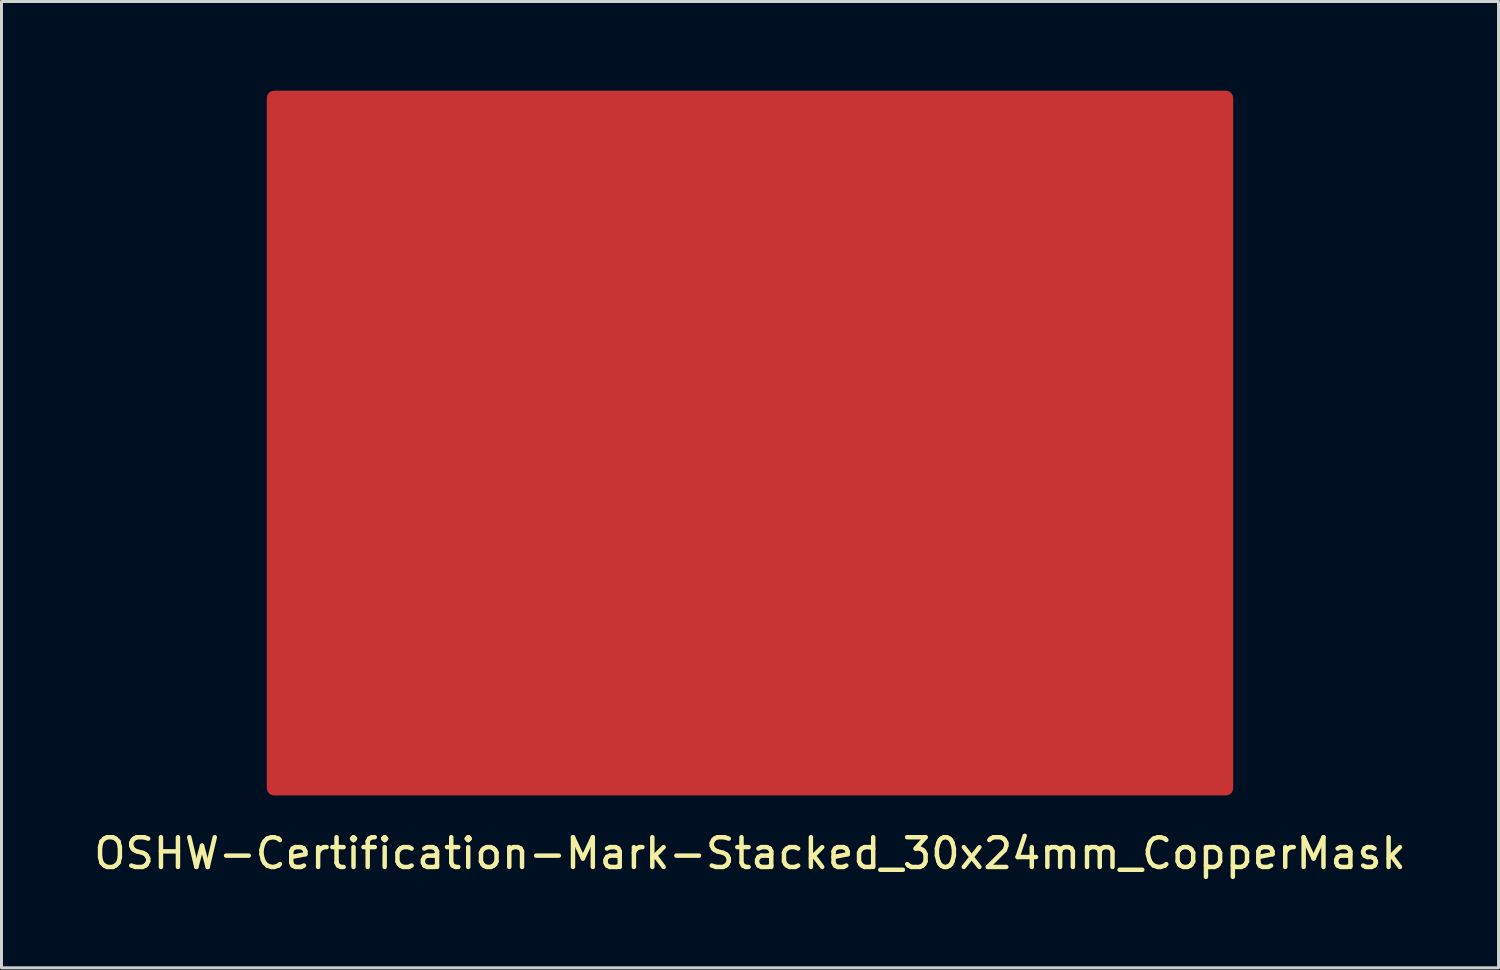
<source format=kicad_pcb>
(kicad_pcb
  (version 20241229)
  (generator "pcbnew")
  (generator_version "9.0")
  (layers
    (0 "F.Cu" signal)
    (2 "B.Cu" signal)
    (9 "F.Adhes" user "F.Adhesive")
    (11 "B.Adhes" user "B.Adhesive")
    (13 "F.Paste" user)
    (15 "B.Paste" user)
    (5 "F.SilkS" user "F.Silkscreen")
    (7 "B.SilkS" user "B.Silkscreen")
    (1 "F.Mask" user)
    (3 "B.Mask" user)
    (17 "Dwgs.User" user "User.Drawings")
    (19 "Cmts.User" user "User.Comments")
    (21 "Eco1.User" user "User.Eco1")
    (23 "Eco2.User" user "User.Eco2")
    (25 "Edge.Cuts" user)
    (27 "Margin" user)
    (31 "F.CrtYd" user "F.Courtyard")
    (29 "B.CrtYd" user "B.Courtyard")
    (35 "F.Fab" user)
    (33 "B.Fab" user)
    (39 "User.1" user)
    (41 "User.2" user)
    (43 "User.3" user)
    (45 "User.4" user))
  (footprint "OSHW-Certification-Mark-Stacked_30x24mm_CopperMask"
    (layer "F.Cu")
    (at 22.172 11.85)
    (property "Reference" "OSHW-Certification-Mark-Stacked_30x24mm_CopperMask" (at 0.000231 13.8 0) (unlocked yes) (layer "F.SilkS") (effects (font (size 1 1) (thickness 0.15))))
    (attr board_only exclude_from_pos_files exclude_from_bom allow_missing_courtyard)
    (fp_rect (start -16 -11.6) (end 16 11.6) (stroke (width 0.5) (type solid)) (fill yes) (layer "F.Cu"))
    (fp_poly (pts (xy -7.177 -1.894) (xy -7.177 -1.894) (xy -7.177 -1.894)) (stroke (width 0) (type solid)) (fill yes) (layer "F.Mask"))
    (fp_poly (pts (xy -1.63 -5.32) (xy -1.63 -5.32) (xy -1.63 -5.32)) (stroke (width 0) (type solid)) (fill yes) (layer "F.Mask"))
    (fp_poly (pts (xy 15.477 5.092) (xy -15.477 5.092) (xy -15.477 -9.186) (xy -15.477 -9.186) (xy 9.977 -9.186) (xy 9.977 -7.927) (xy -14.219 -7.927) (xy -14.219 3.833) (xy 14.219 3.833) (xy 14.246 -9.186) (xy 15.477 -9.186)) (stroke (width 0) (type solid)) (fill yes) (layer "F.Mask"))
    (fp_poly (pts (xy 1.122 -2.562) (xy 3.841 -2.562) (xy 3.841 -5.571) (xy 4.839 -5.571) (xy 4.839 1.769) (xy 3.841 1.769) (xy 3.841 -1.727) (xy 1.122 -1.727) (xy 1.122 1.769) (xy 0.124 1.769) (xy 0.124 -5.571) (xy 1.122 -5.571)) (stroke (width 0) (type solid)) (fill yes) (layer "F.Mask"))
    (fp_poly (pts (xy 10.475 1.769) (xy 9.536 1.769) (xy 8.537 -2.592) (xy 7.544 1.769) (xy 6.605 1.769) (xy 5.509 -5.571) (xy 6.477 -5.571) (xy 7.18 0.388) (xy 8.016 -3.556) (xy 9.054 -3.556) (xy 9.899 0.397) (xy 12.281 -11.026) (xy 13.249 -11.026)) (stroke (width 0) (type solid)) (fill yes) (layer "F.Mask"))
    (fp_poly (pts (xy -9.483 -5.701) (xy -9.335 -5.69) (xy -9.192 -5.671) (xy -9.054 -5.645) (xy -8.921 -5.612) (xy -8.793 -5.572) (xy -8.67 -5.524) (xy -8.552 -5.468) (xy -8.439 -5.406) (xy -8.331 -5.336) (xy -8.227 -5.258) (xy -8.129 -5.173) (xy -8.036 -5.081) (xy -7.948 -4.982) (xy -7.865 -4.875) (xy -7.787 -4.76) (xy -7.713 -4.639) (xy -7.644 -4.509) (xy -7.58 -4.372) (xy -7.52 -4.227) (xy -7.466 -4.075) (xy -7.416 -3.915) (xy -7.37 -3.747) (xy -7.33 -3.572) (xy -7.294 -3.389) (xy -7.263 -3.198) (xy -7.237 -3) (xy -7.216 -2.794) (xy -7.199 -2.581) (xy -7.187 -2.359) (xy -7.18 -2.131) (xy -7.177 -1.894) (xy -7.18 -1.658) (xy -7.187 -1.43) (xy -7.199 -1.209) (xy -7.216 -0.996) (xy -7.237 -0.791) (xy -7.263 -0.593) (xy -7.294 -0.403) (xy -7.33 -0.22) (xy -7.37 -0.045) (xy -7.416 0.123) (xy -7.466 0.282) (xy -7.52 0.435) (xy -7.58 0.579) (xy -7.644 0.716) (xy -7.713 0.846) (xy -7.787 0.967) (xy -7.826 1.026) (xy -7.865 1.082) (xy -7.906 1.136) (xy -7.948 1.189) (xy -7.992 1.239) (xy -8.036 1.288) (xy -8.082 1.335) (xy -8.129 1.38) (xy -8.178 1.424) (xy -8.227 1.465) (xy -8.278 1.505) (xy -8.331 1.543) (xy -8.384 1.579) (xy -8.439 1.613) (xy -8.494 1.645) (xy -8.552 1.675) (xy -8.61 1.704) (xy -8.67 1.731) (xy -8.731 1.756) (xy -8.793 1.779) (xy -8.856 1.8) (xy -8.921 1.819) (xy -8.987 1.837) (xy -9.054 1.852) (xy -9.122 1.866) (xy -9.192 1.878) (xy -9.335 1.897) (xy -9.483 1.908) (xy -9.636 1.911) (xy -9.789 1.908) (xy -9.937 1.897) (xy -10.08 1.878) (xy -10.218 1.853) (xy -10.351 1.82) (xy -10.479 1.779) (xy -10.602 1.732) (xy -10.72 1.677) (xy -10.833 1.614) (xy -10.941 1.545) (xy -11.044 1.468) (xy -11.142 1.383) (xy -11.235 1.292) (xy -11.323 1.192) (xy -11.406 1.086) (xy -11.484 0.972) (xy -11.558 0.851) (xy -11.626 0.722) (xy -11.69 0.585) (xy -11.749 0.441) (xy -11.803 0.289) (xy -11.853 0.129) (xy -11.898 -0.038) (xy -11.938 -0.214) (xy -11.973 -0.397) (xy -12.004 -0.588) (xy -12.03 -0.786) (xy -12.051 -0.992) (xy -12.068 -1.206) (xy -12.08 -1.428) (xy -12.087 -1.657) (xy -12.089 -1.894) (xy -11.052 -1.894) (xy -11.047 -1.505) (xy -11.031 -1.145) (xy -11.005 -0.814) (xy -10.969 -0.511) (xy -10.948 -0.371) (xy -10.923 -0.237) (xy -10.896 -0.111) (xy -10.866 0.008) (xy -10.834 0.12) (xy -10.8 0.224) (xy -10.762 0.322) (xy -10.722 0.412) (xy -10.679 0.496) (xy -10.656 0.536) (xy -10.632 0.574) (xy -10.608 0.612) (xy -10.582 0.647) (xy -10.556 0.682) (xy -10.529 0.715) (xy -10.501 0.747) (xy -10.473 0.777) (xy -10.443 0.807) (xy -10.413 0.834) (xy -10.382 0.861) (xy -10.35 0.886) (xy -10.317 0.909) (xy -10.284 0.932) (xy -10.249 0.953) (xy -10.214 0.972) (xy -10.178 0.991) (xy -10.141 1.008) (xy -10.104 1.023) (xy -10.065 1.037) (xy -10.026 1.05) (xy -9.986 1.062) (xy -9.945 1.072) (xy -9.903 1.081) (xy -9.861 1.088) (xy -9.817 1.094) (xy -9.773 1.099) (xy -9.728 1.102) (xy -9.636 1.105) (xy -9.543 1.102) (xy -9.453 1.094) (xy -9.367 1.081) (xy -9.284 1.062) (xy -9.204 1.038) (xy -9.128 1.008) (xy -9.055 0.973) (xy -8.986 0.933) (xy -8.919 0.887) (xy -8.856 0.836) (xy -8.797 0.78) (xy -8.741 0.718) (xy -8.688 0.651) (xy -8.638 0.578) (xy -8.592 0.5) (xy -8.549 0.417) (xy -8.509 0.327) (xy -8.471 0.229) (xy -8.436 0.124) (xy -8.403 0.012) (xy -8.373 -0.107) (xy -8.345 -0.233) (xy -8.321 -0.367) (xy -8.298 -0.508) (xy -8.279 -0.656) (xy -8.262 -0.811) (xy -8.248 -0.973) (xy -8.236 -1.143) (xy -8.227 -1.32) (xy -8.22 -1.504) (xy -8.216 -1.696) (xy -8.215 -1.894) (xy -8.22 -2.284) (xy -8.236 -2.645) (xy -8.262 -2.977) (xy -8.298 -3.28) (xy -8.321 -3.421) (xy -8.345 -3.555) (xy -8.373 -3.681) (xy -8.403 -3.8) (xy -8.436 -3.912) (xy -8.471 -4.017) (xy -8.509 -4.115) (xy -8.549 -4.205) (xy -8.592 -4.289) (xy -8.615 -4.329) (xy -8.638 -4.367) (xy -8.663 -4.405) (xy -8.688 -4.44) (xy -8.714 -4.475) (xy -8.741 -4.508) (xy -8.768 -4.54) (xy -8.797 -4.57) (xy -8.826 -4.6) (xy -8.856 -4.627) (xy -8.887 -4.654) (xy -8.919 -4.679) (xy -8.952 -4.702) (xy -8.986 -4.725) (xy -9.02 -4.746) (xy -9.055 -4.765) (xy -9.091 -4.784) (xy -9.128 -4.801) (xy -9.166 -4.816) (xy -9.204 -4.83) (xy -9.244 -4.843) (xy -9.284 -4.855) (xy -9.325 -4.865) (xy -9.367 -4.874) (xy -9.41 -4.881) (xy -9.453 -4.887) (xy -9.498 -4.892) (xy -9.543 -4.895) (xy -9.636 -4.898) (xy -9.728 -4.895) (xy -9.817 -4.887) (xy -9.903 -4.874) (xy -9.986 -4.855) (xy -10.065 -4.83) (xy -10.141 -4.801) (xy -10.214 -4.765) (xy -10.284 -4.725) (xy -10.35 -4.679) (xy -10.413 -4.627) (xy -10.473 -4.57) (xy -10.529 -4.508) (xy -10.582 -4.44) (xy -10.632 -4.367) (xy -10.679 -4.289) (xy -10.722 -4.205) (xy -10.762 -4.115) (xy -10.8 -4.017) (xy -10.834 -3.912) (xy -10.866 -3.801) (xy -10.896 -3.681) (xy -10.923 -3.555) (xy -10.948 -3.421) (xy -10.969 -3.281) (xy -10.989 -3.133) (xy -11.005 -2.977) (xy -11.02 -2.815) (xy -11.031 -2.645) (xy -11.04 -2.468) (xy -11.047 -2.284) (xy -11.05 -2.093) (xy -11.052 -1.894) (xy -12.089 -1.894) (xy -12.089 -1.894) (xy -12.087 -2.131) (xy -12.08 -2.359) (xy -12.068 -2.581) (xy -12.051 -2.794) (xy -12.03 -3) (xy -12.004 -3.198) (xy -11.973 -3.389) (xy -11.938 -3.572) (xy -11.898 -3.747) (xy -11.853 -3.915) (xy -11.803 -4.075) (xy -11.749 -4.227) (xy -11.69 -4.372) (xy -11.626 -4.509) (xy -11.558 -4.639) (xy -11.484 -4.76) (xy -11.446 -4.819) (xy -11.406 -4.875) (xy -11.365 -4.929) (xy -11.322 -4.982) (xy -11.279 -5.032) (xy -11.234 -5.081) (xy -11.188 -5.128) (xy -11.14 -5.173) (xy -11.092 -5.217) (xy -11.042 -5.258) (xy -10.991 -5.298) (xy -10.939 -5.336) (xy -10.885 -5.372) (xy -10.831 -5.406) (xy -10.775 -5.438) (xy -10.717 -5.468) (xy -10.659 -5.497) (xy -10.599 -5.524) (xy -10.539 -5.549) (xy -10.477 -5.572) (xy -10.413 -5.593) (xy -10.349 -5.612) (xy -10.283 -5.63) (xy -10.216 -5.645) (xy -10.078 -5.671) (xy -9.936 -5.69) (xy -9.788 -5.701) (xy -9.636 -5.704)) (stroke (width 0) (type solid)) (fill yes) (layer "F.Mask"))
    (fp_poly (pts (xy -3.397 -5.702) (xy -3.289 -5.697) (xy -3.18 -5.689) (xy -3.069 -5.679) (xy -2.957 -5.665) (xy -2.844 -5.648) (xy -2.729 -5.628) (xy -2.613 -5.605) (xy -2.496 -5.58) (xy -2.377 -5.552) (xy -2.256 -5.521) (xy -2.134 -5.487) (xy -2.01 -5.45) (xy -1.885 -5.409) (xy -1.758 -5.366) (xy -1.63 -5.32) (xy -1.63 -4.312) (xy -1.743 -4.382) (xy -1.856 -4.448) (xy -1.97 -4.509) (xy -2.084 -4.566) (xy -2.197 -4.619) (xy -2.311 -4.667) (xy -2.425 -4.71) (xy -2.54 -4.749) (xy -2.653 -4.784) (xy -2.766 -4.814) (xy -2.88 -4.839) (xy -2.994 -4.86) (xy -3.109 -4.876) (xy -3.224 -4.888) (xy -3.339 -4.895) (xy -3.454 -4.897) (xy -3.541 -4.896) (xy -3.625 -4.892) (xy -3.707 -4.885) (xy -3.787 -4.876) (xy -3.865 -4.865) (xy -3.94 -4.851) (xy -4.013 -4.834) (xy -4.083 -4.814) (xy -4.152 -4.793) (xy -4.218 -4.768) (xy -4.281 -4.741) (xy -4.343 -4.712) (xy -4.402 -4.679) (xy -4.459 -4.645) (xy -4.513 -4.607) (xy -4.565 -4.567) (xy -4.615 -4.526) (xy -4.661 -4.483) (xy -4.704 -4.438) (xy -4.744 -4.391) (xy -4.78 -4.342) (xy -4.814 -4.292) (xy -4.844 -4.239) (xy -4.871 -4.185) (xy -4.895 -4.129) (xy -4.916 -4.072) (xy -4.933 -4.012) (xy -4.948 -3.951) (xy -4.959 -3.888) (xy -4.967 -3.823) (xy -4.972 -3.756) (xy -4.973 -3.687) (xy -4.972 -3.627) (xy -4.969 -3.569) (xy -4.964 -3.513) (xy -4.957 -3.458) (xy -4.947 -3.406) (xy -4.936 -3.355) (xy -4.922 -3.306) (xy -4.907 -3.258) (xy -4.889 -3.213) (xy -4.87 -3.169) (xy -4.848 -3.127) (xy -4.824 -3.087) (xy -4.798 -3.049) (xy -4.77 -3.012) (xy -4.74 -2.978) (xy -4.708 -2.945) (xy -4.672 -2.913) (xy -4.633 -2.882) (xy -4.59 -2.852) (xy -4.544 -2.822) (xy -4.494 -2.793) (xy -4.44 -2.765) (xy -4.383 -2.737) (xy -4.322 -2.71) (xy -4.257 -2.684) (xy -4.189 -2.658) (xy -4.118 -2.633) (xy -4.042 -2.608) (xy -3.963 -2.585) (xy -3.881 -2.561) (xy -3.795 -2.539) (xy -3.705 -2.517) (xy -3.184 -2.399) (xy -3.057 -2.368) (xy -2.934 -2.335) (xy -2.816 -2.299) (xy -2.702 -2.261) (xy -2.593 -2.222) (xy -2.488 -2.18) (xy -2.388 -2.136) (xy -2.291 -2.089) (xy -2.199 -2.041) (xy -2.112 -1.99) (xy -2.029 -1.938) (xy -1.95 -1.883) (xy -1.876 -1.826) (xy -1.806 -1.767) (xy -1.74 -1.705) (xy -1.679 -1.642) (xy -1.622 -1.576) (xy -1.569 -1.507) (xy -1.519 -1.435) (xy -1.473 -1.36) (xy -1.43 -1.283) (xy -1.392 -1.202) (xy -1.356 -1.119) (xy -1.325 -1.032) (xy -1.297 -0.943) (xy -1.274 -0.851) (xy -1.253 -0.756) (xy -1.237 -0.657) (xy -1.224 -0.556) (xy -1.215 -0.452) (xy -1.209 -0.346) (xy -1.207 -0.236) (xy -1.21 -0.107) (xy -1.217 0.018) (xy -1.23 0.139) (xy -1.248 0.257) (xy -1.271 0.37) (xy -1.298 0.48) (xy -1.331 0.585) (xy -1.369 0.687) (xy -1.412 0.785) (xy -1.461 0.879) (xy -1.514 0.969) (xy -1.572 1.056) (xy -1.636 1.138) (xy -1.704 1.217) (xy -1.778 1.291) (xy -1.856 1.362) (xy -1.94 1.429) (xy -2.028 1.491) (xy -2.12 1.549) (xy -2.218 1.603) (xy -2.319 1.652) (xy -2.426 1.698) (xy -2.537 1.739) (xy -2.653 1.775) (xy -2.773 1.807) (xy -2.898 1.835) (xy -3.027 1.859) (xy -3.162 1.878) (xy -3.3 1.893) (xy -3.444 1.904) (xy -3.592 1.911) (xy -3.744 1.913) (xy -3.873 1.911) (xy -4.003 1.906) (xy -4.132 1.897) (xy -4.262 1.884) (xy -4.391 1.869) (xy -4.521 1.849) (xy -4.651 1.826) (xy -4.782 1.8) (xy -4.912 1.771) (xy -5.042 1.739) (xy -5.173 1.703) (xy -5.304 1.663) (xy -5.435 1.62) (xy -5.566 1.574) (xy -5.697 1.524) (xy -5.829 1.47) (xy -5.829 0.413) (xy -5.688 0.5) (xy -5.55 0.581) (xy -5.414 0.655) (xy -5.279 0.724) (xy -5.147 0.787) (xy -5.017 0.844) (xy -4.888 0.894) (xy -4.762 0.939) (xy -4.635 0.978) (xy -4.508 1.012) (xy -4.381 1.041) (xy -4.254 1.065) (xy -4.127 1.083) (xy -4 1.096) (xy -3.872 1.104) (xy -3.744 1.106) (xy -3.651 1.105) (xy -3.561 1.101) (xy -3.474 1.095) (xy -3.389 1.086) (xy -3.307 1.074) (xy -3.227 1.059) (xy -3.15 1.042) (xy -3.075 1.023) (xy -3.004 1.001) (xy -2.934 0.976) (xy -2.868 0.948) (xy -2.804 0.918) (xy -2.742 0.886) (xy -2.684 0.85) (xy -2.627 0.813) (xy -2.574 0.772) (xy -2.523 0.729) (xy -2.476 0.683) (xy -2.432 0.636) (xy -2.391 0.586) (xy -2.354 0.534) (xy -2.319 0.48) (xy -2.288 0.424) (xy -2.261 0.366) (xy -2.236 0.306) (xy -2.215 0.244) (xy -2.197 0.18) (xy -2.182 0.114) (xy -2.171 0.045) (xy -2.163 -0.025) (xy -2.158 -0.097) (xy -2.156 -0.172) (xy -2.157 -0.24) (xy -2.161 -0.306) (xy -2.166 -0.369) (xy -2.174 -0.431) (xy -2.184 -0.491) (xy -2.197 -0.548) (xy -2.212 -0.604) (xy -2.229 -0.657) (xy -2.248 -0.709) (xy -2.269 -0.758) (xy -2.293 -0.806) (xy -2.319 -0.851) (xy -2.348 -0.895) (xy -2.378 -0.936) (xy -2.411 -0.975) (xy -2.446 -1.013) (xy -2.483 -1.048) (xy -2.524 -1.083) (xy -2.568 -1.117) (xy -2.615 -1.149) (xy -2.666 -1.181) (xy -2.72 -1.212) (xy -2.778 -1.241) (xy -2.838 -1.27) (xy -2.902 -1.297) (xy -2.97 -1.323) (xy -3.04 -1.349) (xy -3.115 -1.373) (xy -3.192 -1.396) (xy -3.273 -1.419) (xy -3.357 -1.44) (xy -3.444 -1.46) (xy -3.975 -1.583) (xy -4.101 -1.613) (xy -4.222 -1.644) (xy -4.339 -1.678) (xy -4.451 -1.713) (xy -4.56 -1.75) (xy -4.663 -1.789) (xy -4.763 -1.83) (xy -4.858 -1.873) (xy -4.948 -1.918) (xy -5.035 -1.964) (xy -5.116 -2.012) (xy -5.194 -2.062) (xy -5.267 -2.114) (xy -5.336 -2.168) (xy -5.4 -2.224) (xy -5.46 -2.281) (xy -5.516 -2.341) (xy -5.568 -2.403) (xy -5.617 -2.468) (xy -5.662 -2.535) (xy -5.704 -2.604) (xy -5.742 -2.676) (xy -5.776 -2.751) (xy -5.807 -2.828) (xy -5.834 -2.908) (xy -5.857 -2.99) (xy -5.877 -3.074) (xy -5.893 -3.162) (xy -5.906 -3.251) (xy -5.915 -3.343) (xy -5.92 -3.438) (xy -5.922 -3.535) (xy -5.92 -3.656) (xy -5.912 -3.775) (xy -5.899 -3.89) (xy -5.881 -4.002) (xy -5.858 -4.111) (xy -5.83 -4.217) (xy -5.796 -4.32) (xy -5.757 -4.42) (xy -5.714 -4.517) (xy -5.665 -4.61) (xy -5.611 -4.701) (xy -5.552 -4.789) (xy -5.487 -4.873) (xy -5.418 -4.955) (xy -5.343 -5.033) (xy -5.263 -5.108) (xy -5.179 -5.18) (xy -5.091 -5.248) (xy -4.999 -5.31) (xy -4.904 -5.369) (xy -4.806 -5.422) (xy -4.705 -5.471) (xy -4.6 -5.515) (xy -4.491 -5.554) (xy -4.38 -5.589) (xy -4.265 -5.62) (xy -4.146 -5.645) (xy -4.024 -5.666) (xy -3.899 -5.682) (xy -3.771 -5.694) (xy -3.639 -5.701) (xy -3.503 -5.703)) (stroke (width 0) (type solid)) (fill yes) (layer "F.Mask"))
    (fp_text user "XX000000" (at 0 11 0) (unlocked yes) (layer "F.Mask") (effects (font (size 4.1 4.1) (thickness 0.6)) (justify bottom))))
  (gr_rect
    (start -3 -3)
    (end 47.345 29.498)
    (stroke (width 0.1) (type default))
    (fill no)
    (layer "Edge.Cuts")))
</source>
